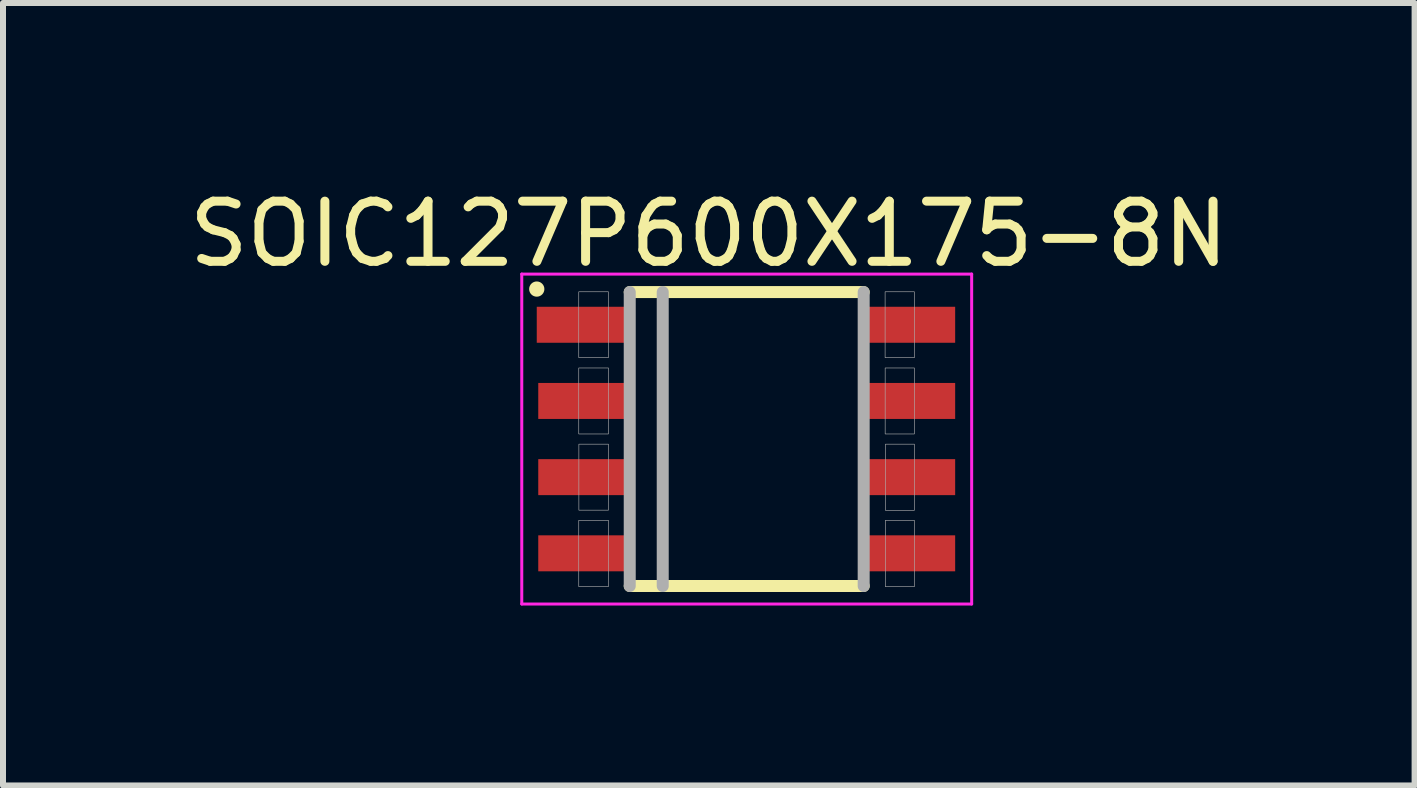
<source format=kicad_pcb>
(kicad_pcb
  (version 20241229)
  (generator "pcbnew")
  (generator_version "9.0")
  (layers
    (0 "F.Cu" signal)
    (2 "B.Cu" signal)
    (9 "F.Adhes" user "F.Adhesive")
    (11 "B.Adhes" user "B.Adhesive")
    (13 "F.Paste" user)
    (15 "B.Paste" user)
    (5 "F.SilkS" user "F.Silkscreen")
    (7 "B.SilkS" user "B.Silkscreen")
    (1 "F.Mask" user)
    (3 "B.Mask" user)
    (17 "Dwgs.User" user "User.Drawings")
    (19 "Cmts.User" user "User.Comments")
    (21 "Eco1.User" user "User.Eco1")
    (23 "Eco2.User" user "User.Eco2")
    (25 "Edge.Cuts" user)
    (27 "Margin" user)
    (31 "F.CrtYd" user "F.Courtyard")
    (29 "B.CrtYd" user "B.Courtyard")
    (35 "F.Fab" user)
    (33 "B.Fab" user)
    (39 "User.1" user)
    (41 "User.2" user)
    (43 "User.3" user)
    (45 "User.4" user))
  (footprint "SOIC127P600X175-8N"
    (layer "F.Cu")
    (at 9.398 4.269)
    (property "Reference" "SOIC127P600X175-8N" (at -0.632 -3.419 0) (layer "F.SilkS") (effects (font (size 1.003 1.003) (thickness 0.15))))
    (attr through_hole)
    (fp_line (start -1.95 -2.45) (end 1.95 -2.45) (stroke (width 0.2) (type solid)) (layer "F.SilkS"))
    (fp_line (start -1.95 2.45) (end 1.95 2.45) (stroke (width 0.2) (type solid)) (layer "F.SilkS"))
    (fp_circle (center -3.5 -2.5) (end -3.373 -2.5) (stroke (width 0) (type solid)) (fill yes) (layer "F.SilkS"))
    (fp_line (start -3.75 -2.75) (end 3.75 -2.75) (stroke (width 0.05) (type solid)) (layer "F.CrtYd"))
    (fp_line (start -3.75 2.75) (end -3.75 -2.75) (stroke (width 0.05) (type solid)) (layer "F.CrtYd"))
    (fp_line (start 3.75 -2.75) (end 3.75 2.75) (stroke (width 0.05) (type solid)) (layer "F.CrtYd"))
    (fp_line (start 3.75 2.75) (end -3.75 2.75) (stroke (width 0.05) (type solid)) (layer "F.CrtYd"))
    (fp_line (start -1.95 2.45) (end -1.95 -2.45) (stroke (width 0.2) (type solid)) (layer "F.Fab"))
    (fp_line (start -1.4 2.45) (end -1.4 -2.45) (stroke (width 0.2) (type solid)) (layer "F.Fab"))
    (fp_line (start 1.95 -2.45) (end 1.95 2.45) (stroke (width 0.2) (type solid)) (layer "F.Fab"))
    (fp_poly (pts (xy -2.8 1.355) (xy -2.305 1.355) (xy -2.305 2.46) (xy -2.8 2.46)) (stroke (width 0.01) (type solid)) (fill no) (layer "F.Fab"))
    (fp_poly (pts (xy -2.8 -2.455) (xy -2.305 -2.455) (xy -2.305 -1.357) (xy -2.8 -1.357)) (stroke (width 0.01) (type solid)) (fill no) (layer "F.Fab"))
    (fp_poly (pts (xy -2.8 -1.185) (xy -2.305 -1.185) (xy -2.305 -0.085) (xy -2.8 -0.085)) (stroke (width 0.01) (type solid)) (fill no) (layer "F.Fab"))
    (fp_poly (pts (xy -2.798 0.085) (xy -2.305 0.085) (xy -2.305 1.186) (xy -2.798 1.186)) (stroke (width 0.01) (type solid)) (fill no) (layer "F.Fab"))
    (fp_poly (pts (xy 2.307 -2.455) (xy 2.795 -2.455) (xy 2.795 -1.356) (xy 2.307 -1.356)) (stroke (width 0.01) (type solid)) (fill no) (layer "F.Fab"))
    (fp_poly (pts (xy 2.308 -1.185) (xy 2.795 -1.185) (xy 2.795 -0.085) (xy 2.308 -0.085)) (stroke (width 0.01) (type solid)) (fill no) (layer "F.Fab"))
    (fp_poly (pts (xy 2.311 1.355) (xy 2.795 1.355) (xy 2.795 2.461) (xy 2.311 2.461)) (stroke (width 0.01) (type solid)) (fill no) (layer "F.Fab"))
    (fp_poly (pts (xy 2.312 0.085) (xy 2.795 0.085) (xy 2.795 1.189) (xy 2.312 1.189)) (stroke (width 0.01) (type solid)) (fill no) (layer "F.Fab"))
    (pad "1" smd rect (at -2.7 -1.905 270) (size 0.6 1.6) (layers "F.Cu" "F.Mask" "F.Paste"))
    (pad "2" smd rect (at -2.7 -0.635 270) (size 0.6 1.55) (layers "F.Cu" "F.Mask" "F.Paste"))
    (pad "3" smd rect (at -2.7 0.635 270) (size 0.6 1.55) (layers "F.Cu" "F.Mask" "F.Paste"))
    (pad "4" smd rect (at -2.7 1.905 270) (size 0.6 1.55) (layers "F.Cu" "F.Mask" "F.Paste"))
    (pad "5" smd rect (at 2.7 1.905 270) (size 0.6 1.55) (layers "F.Cu" "F.Mask" "F.Paste"))
    (pad "6" smd rect (at 2.7 0.635 270) (size 0.6 1.55) (layers "F.Cu" "F.Mask" "F.Paste"))
    (pad "7" smd rect (at 2.7 -0.635 270) (size 0.6 1.55) (layers "F.Cu" "F.Mask" "F.Paste"))
    (pad "8" smd rect (at 2.7 -1.905 270) (size 0.6 1.55) (layers "F.Cu" "F.Mask" "F.Paste")))
  (gr_rect
    (start -3 -3)
    (end 20.532 10.044)
    (stroke (width 0.1) (type default))
    (fill no)
    (layer "Edge.Cuts")))
</source>
